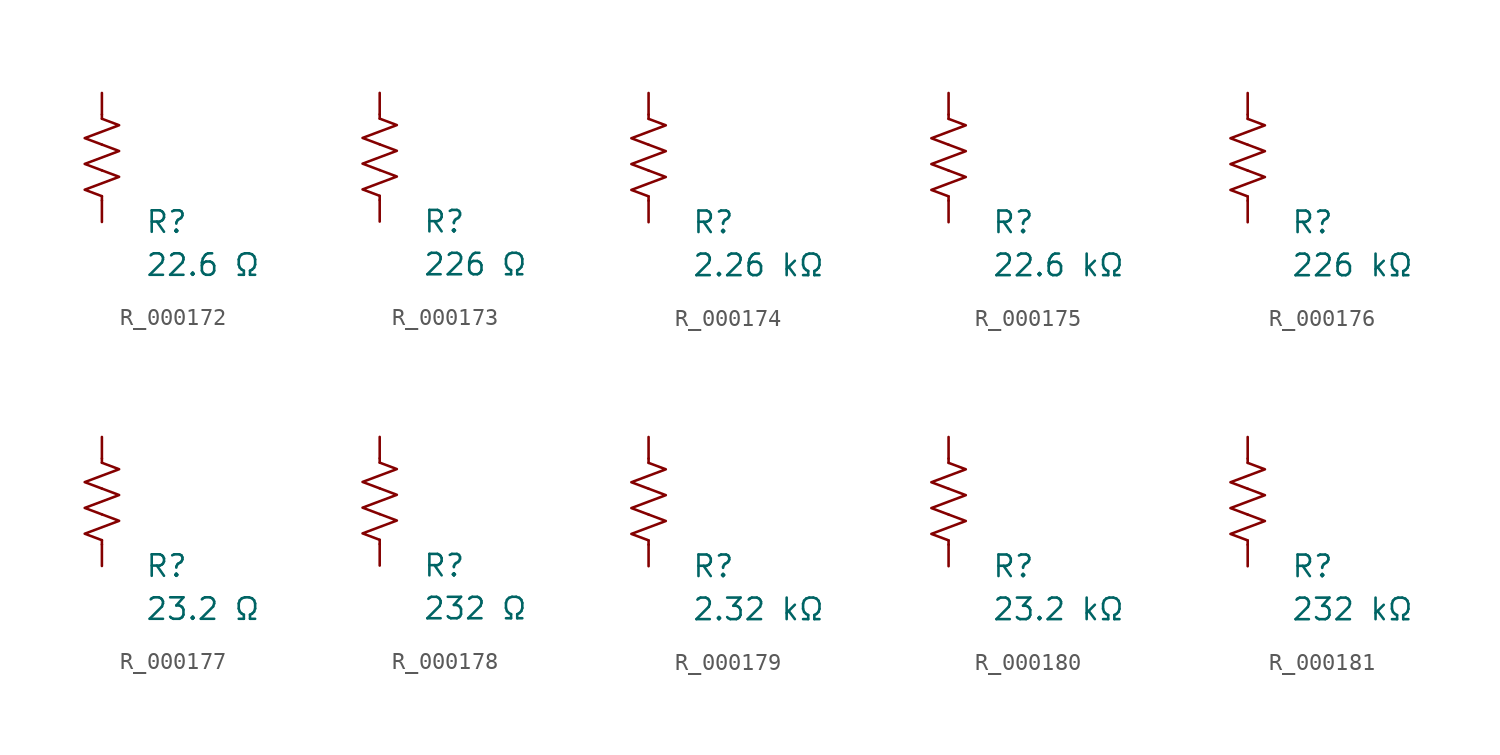
<source format=kicad_sym>
(kicad_symbol_lib
  (version 20231120)
  (generator "kicad_symbol_editor")
  (generator_version "8.0")
  (symbol "R_000172"
    (pin_numbers hide)
    (pin_names
      (offset 0))
    (property "Reference" "R"
      (at 2.54 -3.81 0)
      (effects (font (size 1.27 1.27)) (justify left))
      (show_name no))
    (property "Value" "22.6 Ω"
      (at 2.54 -6.35 0)
      (effects (font (size 1.27 1.27)) (justify left))
      (show_name no))
    (symbol "R_000172_0_1"
      (polyline (pts (xy 0 -2.286) (xy 0 -2.54)) (stroke (width 0) (type default)) (fill (type none)))
      (polyline (pts (xy 0 2.286) (xy 0 2.54)) (stroke (width 0) (type default)) (fill (type none)))
      (polyline (pts (xy 0 -0.762) (xy 1.016 -1.143) (xy 0 -1.524) (xy -1.016 -1.905) (xy 0 -2.286)) (stroke (width 0) (type default)) (fill (type none)))
      (polyline (pts (xy 0 0.762) (xy 1.016 0.381) (xy 0 0) (xy -1.016 -0.381) (xy 0 -0.762)) (stroke (width 0) (type default)) (fill (type none)))
      (polyline (pts (xy 0 2.286) (xy 1.016 1.905) (xy 0 1.524) (xy -1.016 1.143) (xy 0 0.762)) (stroke (width 0) (type default)) (fill (type none))))
    (symbol "R_000172_1_1"
      (pin passive line (at 0 3.81 270) (length 1.27) (name "~" (effects (font (size 1.27 1.27)))) (number "1" (effects (font (size 1.27 1.27)))))
      (pin passive line (at 0 -3.81 90) (length 1.27) (name "~" (effects (font (size 1.27 1.27)))) (number "2" (effects (font (size 1.27 1.27)))))))
  (symbol "R_000173"
    (pin_numbers hide)
    (pin_names
      (offset 0))
    (property "Reference" "R"
      (at 2.54 -3.81 0)
      (effects (font (size 1.27 1.27)) (justify left))
      (show_name no))
    (property "Value" "226 Ω"
      (at 2.54 -6.35 0)
      (effects (font (size 1.27 1.27)) (justify left))
      (show_name no))
    (symbol "R_000173_0_1"
      (polyline (pts (xy 0 -2.286) (xy 0 -2.54)) (stroke (width 0) (type default)) (fill (type none)))
      (polyline (pts (xy 0 2.286) (xy 0 2.54)) (stroke (width 0) (type default)) (fill (type none)))
      (polyline (pts (xy 0 -0.762) (xy 1.016 -1.143) (xy 0 -1.524) (xy -1.016 -1.905) (xy 0 -2.286)) (stroke (width 0) (type default)) (fill (type none)))
      (polyline (pts (xy 0 0.762) (xy 1.016 0.381) (xy 0 0) (xy -1.016 -0.381) (xy 0 -0.762)) (stroke (width 0) (type default)) (fill (type none)))
      (polyline (pts (xy 0 2.286) (xy 1.016 1.905) (xy 0 1.524) (xy -1.016 1.143) (xy 0 0.762)) (stroke (width 0) (type default)) (fill (type none))))
    (symbol "R_000173_1_1"
      (pin passive line (at 0 3.81 270) (length 1.27) (name "~" (effects (font (size 1.27 1.27)))) (number "1" (effects (font (size 1.27 1.27)))))
      (pin passive line (at 0 -3.81 90) (length 1.27) (name "~" (effects (font (size 1.27 1.27)))) (number "2" (effects (font (size 1.27 1.27)))))))
  (symbol "R_000174"
    (pin_numbers hide)
    (pin_names
      (offset 0))
    (property "Reference" "R"
      (at 2.54 -3.81 0)
      (effects (font (size 1.27 1.27)) (justify left))
      (show_name no))
    (property "Value" "2.26 kΩ"
      (at 2.54 -6.35 0)
      (effects (font (size 1.27 1.27)) (justify left))
      (show_name no))
    (symbol "R_000174_0_1"
      (polyline (pts (xy 0 -2.286) (xy 0 -2.54)) (stroke (width 0) (type default)) (fill (type none)))
      (polyline (pts (xy 0 2.286) (xy 0 2.54)) (stroke (width 0) (type default)) (fill (type none)))
      (polyline (pts (xy 0 -0.762) (xy 1.016 -1.143) (xy 0 -1.524) (xy -1.016 -1.905) (xy 0 -2.286)) (stroke (width 0) (type default)) (fill (type none)))
      (polyline (pts (xy 0 0.762) (xy 1.016 0.381) (xy 0 0) (xy -1.016 -0.381) (xy 0 -0.762)) (stroke (width 0) (type default)) (fill (type none)))
      (polyline (pts (xy 0 2.286) (xy 1.016 1.905) (xy 0 1.524) (xy -1.016 1.143) (xy 0 0.762)) (stroke (width 0) (type default)) (fill (type none))))
    (symbol "R_000174_1_1"
      (pin passive line (at 0 3.81 270) (length 1.27) (name "~" (effects (font (size 1.27 1.27)))) (number "1" (effects (font (size 1.27 1.27)))))
      (pin passive line (at 0 -3.81 90) (length 1.27) (name "~" (effects (font (size 1.27 1.27)))) (number "2" (effects (font (size 1.27 1.27)))))))
  (symbol "R_000175"
    (pin_numbers hide)
    (pin_names
      (offset 0))
    (property "Reference" "R"
      (at 2.54 -3.81 0)
      (effects (font (size 1.27 1.27)) (justify left))
      (show_name no))
    (property "Value" "22.6 kΩ"
      (at 2.54 -6.35 0)
      (effects (font (size 1.27 1.27)) (justify left))
      (show_name no))
    (symbol "R_000175_0_1"
      (polyline (pts (xy 0 -2.286) (xy 0 -2.54)) (stroke (width 0) (type default)) (fill (type none)))
      (polyline (pts (xy 0 2.286) (xy 0 2.54)) (stroke (width 0) (type default)) (fill (type none)))
      (polyline (pts (xy 0 -0.762) (xy 1.016 -1.143) (xy 0 -1.524) (xy -1.016 -1.905) (xy 0 -2.286)) (stroke (width 0) (type default)) (fill (type none)))
      (polyline (pts (xy 0 0.762) (xy 1.016 0.381) (xy 0 0) (xy -1.016 -0.381) (xy 0 -0.762)) (stroke (width 0) (type default)) (fill (type none)))
      (polyline (pts (xy 0 2.286) (xy 1.016 1.905) (xy 0 1.524) (xy -1.016 1.143) (xy 0 0.762)) (stroke (width 0) (type default)) (fill (type none))))
    (symbol "R_000175_1_1"
      (pin passive line (at 0 3.81 270) (length 1.27) (name "~" (effects (font (size 1.27 1.27)))) (number "1" (effects (font (size 1.27 1.27)))))
      (pin passive line (at 0 -3.81 90) (length 1.27) (name "~" (effects (font (size 1.27 1.27)))) (number "2" (effects (font (size 1.27 1.27)))))))
  (symbol "R_000176"
    (pin_numbers hide)
    (pin_names
      (offset 0))
    (property "Reference" "R"
      (at 2.54 -3.81 0)
      (effects (font (size 1.27 1.27)) (justify left))
      (show_name no))
    (property "Value" "226 kΩ"
      (at 2.54 -6.35 0)
      (effects (font (size 1.27 1.27)) (justify left))
      (show_name no))
    (symbol "R_000176_0_1"
      (polyline (pts (xy 0 -2.286) (xy 0 -2.54)) (stroke (width 0) (type default)) (fill (type none)))
      (polyline (pts (xy 0 2.286) (xy 0 2.54)) (stroke (width 0) (type default)) (fill (type none)))
      (polyline (pts (xy 0 -0.762) (xy 1.016 -1.143) (xy 0 -1.524) (xy -1.016 -1.905) (xy 0 -2.286)) (stroke (width 0) (type default)) (fill (type none)))
      (polyline (pts (xy 0 0.762) (xy 1.016 0.381) (xy 0 0) (xy -1.016 -0.381) (xy 0 -0.762)) (stroke (width 0) (type default)) (fill (type none)))
      (polyline (pts (xy 0 2.286) (xy 1.016 1.905) (xy 0 1.524) (xy -1.016 1.143) (xy 0 0.762)) (stroke (width 0) (type default)) (fill (type none))))
    (symbol "R_000176_1_1"
      (pin passive line (at 0 3.81 270) (length 1.27) (name "~" (effects (font (size 1.27 1.27)))) (number "1" (effects (font (size 1.27 1.27)))))
      (pin passive line (at 0 -3.81 90) (length 1.27) (name "~" (effects (font (size 1.27 1.27)))) (number "2" (effects (font (size 1.27 1.27)))))))
  (symbol "R_000177"
    (pin_numbers hide)
    (pin_names
      (offset 0))
    (property "Reference" "R"
      (at 2.54 -3.81 0)
      (effects (font (size 1.27 1.27)) (justify left))
      (show_name no))
    (property "Value" "23.2 Ω"
      (at 2.54 -6.35 0)
      (effects (font (size 1.27 1.27)) (justify left))
      (show_name no))
    (symbol "R_000177_0_1"
      (polyline (pts (xy 0 -2.286) (xy 0 -2.54)) (stroke (width 0) (type default)) (fill (type none)))
      (polyline (pts (xy 0 2.286) (xy 0 2.54)) (stroke (width 0) (type default)) (fill (type none)))
      (polyline (pts (xy 0 -0.762) (xy 1.016 -1.143) (xy 0 -1.524) (xy -1.016 -1.905) (xy 0 -2.286)) (stroke (width 0) (type default)) (fill (type none)))
      (polyline (pts (xy 0 0.762) (xy 1.016 0.381) (xy 0 0) (xy -1.016 -0.381) (xy 0 -0.762)) (stroke (width 0) (type default)) (fill (type none)))
      (polyline (pts (xy 0 2.286) (xy 1.016 1.905) (xy 0 1.524) (xy -1.016 1.143) (xy 0 0.762)) (stroke (width 0) (type default)) (fill (type none))))
    (symbol "R_000177_1_1"
      (pin passive line (at 0 3.81 270) (length 1.27) (name "~" (effects (font (size 1.27 1.27)))) (number "1" (effects (font (size 1.27 1.27)))))
      (pin passive line (at 0 -3.81 90) (length 1.27) (name "~" (effects (font (size 1.27 1.27)))) (number "2" (effects (font (size 1.27 1.27)))))))
  (symbol "R_000178"
    (pin_numbers hide)
    (pin_names
      (offset 0))
    (property "Reference" "R"
      (at 2.54 -3.81 0)
      (effects (font (size 1.27 1.27)) (justify left))
      (show_name no))
    (property "Value" "232 Ω"
      (at 2.54 -6.35 0)
      (effects (font (size 1.27 1.27)) (justify left))
      (show_name no))
    (symbol "R_000178_0_1"
      (polyline (pts (xy 0 -2.286) (xy 0 -2.54)) (stroke (width 0) (type default)) (fill (type none)))
      (polyline (pts (xy 0 2.286) (xy 0 2.54)) (stroke (width 0) (type default)) (fill (type none)))
      (polyline (pts (xy 0 -0.762) (xy 1.016 -1.143) (xy 0 -1.524) (xy -1.016 -1.905) (xy 0 -2.286)) (stroke (width 0) (type default)) (fill (type none)))
      (polyline (pts (xy 0 0.762) (xy 1.016 0.381) (xy 0 0) (xy -1.016 -0.381) (xy 0 -0.762)) (stroke (width 0) (type default)) (fill (type none)))
      (polyline (pts (xy 0 2.286) (xy 1.016 1.905) (xy 0 1.524) (xy -1.016 1.143) (xy 0 0.762)) (stroke (width 0) (type default)) (fill (type none))))
    (symbol "R_000178_1_1"
      (pin passive line (at 0 3.81 270) (length 1.27) (name "~" (effects (font (size 1.27 1.27)))) (number "1" (effects (font (size 1.27 1.27)))))
      (pin passive line (at 0 -3.81 90) (length 1.27) (name "~" (effects (font (size 1.27 1.27)))) (number "2" (effects (font (size 1.27 1.27)))))))
  (symbol "R_000179"
    (pin_numbers hide)
    (pin_names
      (offset 0))
    (property "Reference" "R"
      (at 2.54 -3.81 0)
      (effects (font (size 1.27 1.27)) (justify left))
      (show_name no))
    (property "Value" "2.32 kΩ"
      (at 2.54 -6.35 0)
      (effects (font (size 1.27 1.27)) (justify left))
      (show_name no))
    (symbol "R_000179_0_1"
      (polyline (pts (xy 0 -2.286) (xy 0 -2.54)) (stroke (width 0) (type default)) (fill (type none)))
      (polyline (pts (xy 0 2.286) (xy 0 2.54)) (stroke (width 0) (type default)) (fill (type none)))
      (polyline (pts (xy 0 -0.762) (xy 1.016 -1.143) (xy 0 -1.524) (xy -1.016 -1.905) (xy 0 -2.286)) (stroke (width 0) (type default)) (fill (type none)))
      (polyline (pts (xy 0 0.762) (xy 1.016 0.381) (xy 0 0) (xy -1.016 -0.381) (xy 0 -0.762)) (stroke (width 0) (type default)) (fill (type none)))
      (polyline (pts (xy 0 2.286) (xy 1.016 1.905) (xy 0 1.524) (xy -1.016 1.143) (xy 0 0.762)) (stroke (width 0) (type default)) (fill (type none))))
    (symbol "R_000179_1_1"
      (pin passive line (at 0 3.81 270) (length 1.27) (name "~" (effects (font (size 1.27 1.27)))) (number "1" (effects (font (size 1.27 1.27)))))
      (pin passive line (at 0 -3.81 90) (length 1.27) (name "~" (effects (font (size 1.27 1.27)))) (number "2" (effects (font (size 1.27 1.27)))))))
  (symbol "R_000180"
    (pin_numbers hide)
    (pin_names
      (offset 0))
    (property "Reference" "R"
      (at 2.54 -3.81 0)
      (effects (font (size 1.27 1.27)) (justify left))
      (show_name no))
    (property "Value" "23.2 kΩ"
      (at 2.54 -6.35 0)
      (effects (font (size 1.27 1.27)) (justify left))
      (show_name no))
    (symbol "R_000180_0_1"
      (polyline (pts (xy 0 -2.286) (xy 0 -2.54)) (stroke (width 0) (type default)) (fill (type none)))
      (polyline (pts (xy 0 2.286) (xy 0 2.54)) (stroke (width 0) (type default)) (fill (type none)))
      (polyline (pts (xy 0 -0.762) (xy 1.016 -1.143) (xy 0 -1.524) (xy -1.016 -1.905) (xy 0 -2.286)) (stroke (width 0) (type default)) (fill (type none)))
      (polyline (pts (xy 0 0.762) (xy 1.016 0.381) (xy 0 0) (xy -1.016 -0.381) (xy 0 -0.762)) (stroke (width 0) (type default)) (fill (type none)))
      (polyline (pts (xy 0 2.286) (xy 1.016 1.905) (xy 0 1.524) (xy -1.016 1.143) (xy 0 0.762)) (stroke (width 0) (type default)) (fill (type none))))
    (symbol "R_000180_1_1"
      (pin passive line (at 0 3.81 270) (length 1.27) (name "~" (effects (font (size 1.27 1.27)))) (number "1" (effects (font (size 1.27 1.27)))))
      (pin passive line (at 0 -3.81 90) (length 1.27) (name "~" (effects (font (size 1.27 1.27)))) (number "2" (effects (font (size 1.27 1.27)))))))
  (symbol "R_000181"
    (pin_numbers hide)
    (pin_names
      (offset 0))
    (property "Reference" "R"
      (at 2.54 -3.81 0)
      (effects (font (size 1.27 1.27)) (justify left))
      (show_name no))
    (property "Value" "232 kΩ"
      (at 2.54 -6.35 0)
      (effects (font (size 1.27 1.27)) (justify left))
      (show_name no))
    (symbol "R_000181_0_1"
      (polyline (pts (xy 0 -2.286) (xy 0 -2.54)) (stroke (width 0) (type default)) (fill (type none)))
      (polyline (pts (xy 0 2.286) (xy 0 2.54)) (stroke (width 0) (type default)) (fill (type none)))
      (polyline (pts (xy 0 -0.762) (xy 1.016 -1.143) (xy 0 -1.524) (xy -1.016 -1.905) (xy 0 -2.286)) (stroke (width 0) (type default)) (fill (type none)))
      (polyline (pts (xy 0 0.762) (xy 1.016 0.381) (xy 0 0) (xy -1.016 -0.381) (xy 0 -0.762)) (stroke (width 0) (type default)) (fill (type none)))
      (polyline (pts (xy 0 2.286) (xy 1.016 1.905) (xy 0 1.524) (xy -1.016 1.143) (xy 0 0.762)) (stroke (width 0) (type default)) (fill (type none))))
    (symbol "R_000181_1_1"
      (pin passive line (at 0 3.81 270) (length 1.27) (name "~" (effects (font (size 1.27 1.27)))) (number "1" (effects (font (size 1.27 1.27)))))
      (pin passive line (at 0 -3.81 90) (length 1.27) (name "~" (effects (font (size 1.27 1.27)))) (number "2" (effects (font (size 1.27 1.27))))))))
</source>
